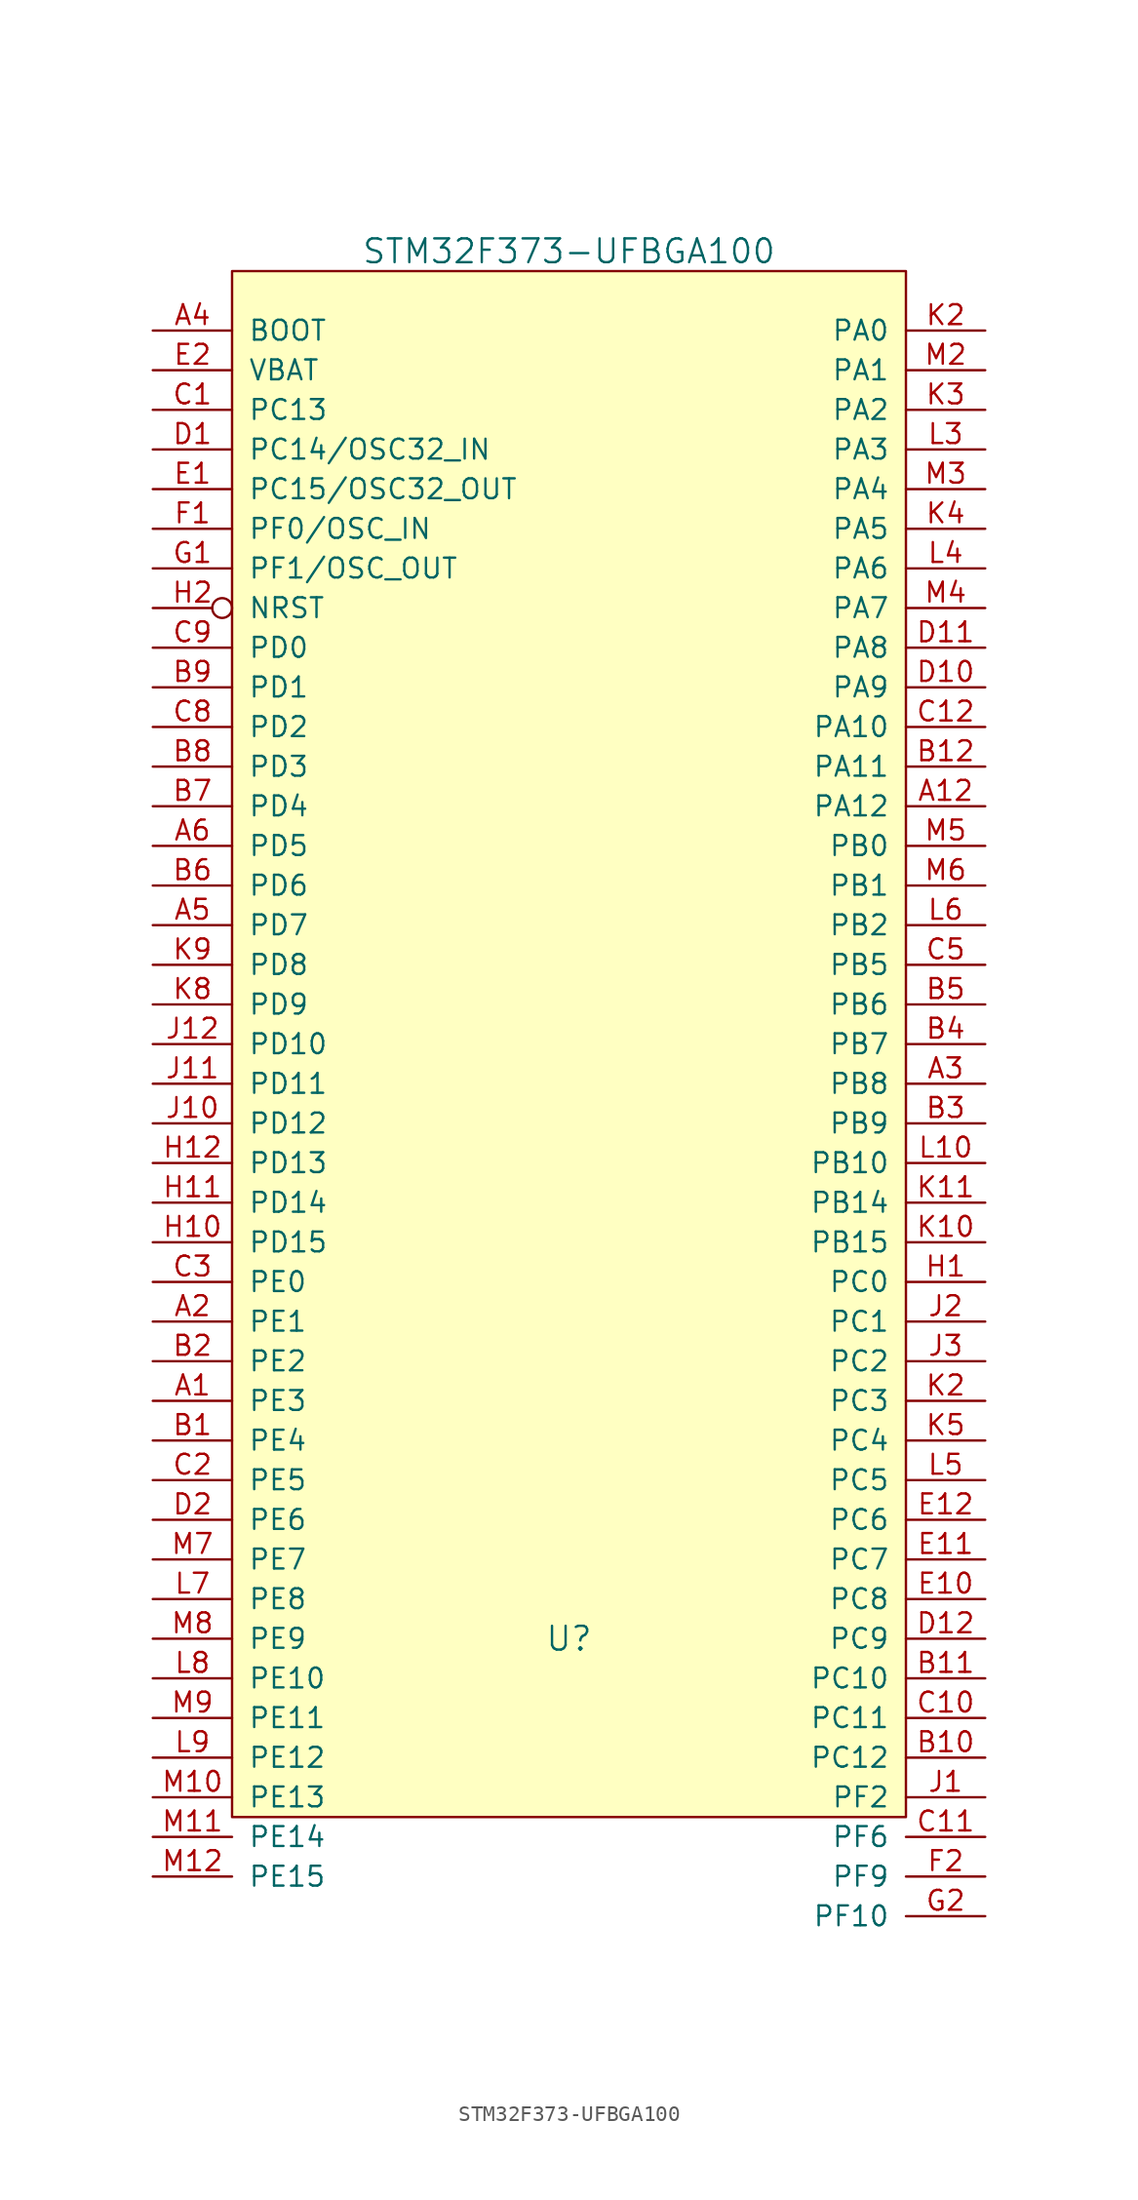
<source format=kicad_sym>
(kicad_symbol_lib
  (version 20231120)
  (generator "kicad_symbol_editor")
  (generator_version "8.0")
  (symbol "STM32F373-UFBGA100"
    (pin_names
      (offset 1.016))
    (property "Reference" "U"
      (at 0 -44.45 0)
      (effects (font (size 1.524 1.524))))
    (property "Value" "STM32F373-UFBGA100"
      (at 0 44.45 0)
      (effects (font (size 1.524 1.524))))
    (property "Footprint" ""
      (at 0 0 0)
      (effects (font (size 1.524 1.524))))
    (property "Datasheet" ""
      (at 0 0 0)
      (effects (font (size 1.524 1.524))))
    (symbol "STM32F373-UFBGA100_0_1"
      (rectangle (start -21.59 43.18) (end 21.59 -55.88) (stroke (width 0) (type default)) (fill (type background))))
    (symbol "STM32F373-UFBGA100_1_1"
      (pin input line (at -26.67 -29.21 0) (length 5.08) (name "PE3" (effects (font (size 1.27 1.27)))) (number "A1" (effects (font (size 1.27 1.27)))))
      (pin input line (at 26.67 8.89 180) (length 5.08) (name "PA12" (effects (font (size 1.27 1.27)))) (number "A12" (effects (font (size 1.27 1.27)))))
      (pin input line (at -26.67 -24.13 0) (length 5.08) (name "PE1" (effects (font (size 1.27 1.27)))) (number "A2" (effects (font (size 1.27 1.27)))))
      (pin input line (at 26.67 -8.89 180) (length 5.08) (name "PB8" (effects (font (size 1.27 1.27)))) (number "A3" (effects (font (size 1.27 1.27)))))
      (pin input line (at -26.67 39.37 0) (length 5.08) (name "BOOT" (effects (font (size 1.27 1.27)))) (number "A4" (effects (font (size 1.27 1.27)))))
      (pin input line (at -26.67 1.27 0) (length 5.08) (name "PD7" (effects (font (size 1.27 1.27)))) (number "A5" (effects (font (size 1.27 1.27)))))
      (pin input line (at -26.67 6.35 0) (length 5.08) (name "PD5" (effects (font (size 1.27 1.27)))) (number "A6" (effects (font (size 1.27 1.27)))))
      (pin input line (at -26.67 -31.75 0) (length 5.08) (name "PE4" (effects (font (size 1.27 1.27)))) (number "B1" (effects (font (size 1.27 1.27)))))
      (pin input line (at 26.67 -52.07 180) (length 5.08) (name "PC12" (effects (font (size 1.27 1.27)))) (number "B10" (effects (font (size 1.27 1.27)))))
      (pin input line (at 26.67 -46.99 180) (length 5.08) (name "PC10" (effects (font (size 1.27 1.27)))) (number "B11" (effects (font (size 1.27 1.27)))))
      (pin input line (at 26.67 11.43 180) (length 5.08) (name "PA11" (effects (font (size 1.27 1.27)))) (number "B12" (effects (font (size 1.27 1.27)))))
      (pin input line (at -26.67 -26.67 0) (length 5.08) (name "PE2" (effects (font (size 1.27 1.27)))) (number "B2" (effects (font (size 1.27 1.27)))))
      (pin input line (at 26.67 -11.43 180) (length 5.08) (name "PB9" (effects (font (size 1.27 1.27)))) (number "B3" (effects (font (size 1.27 1.27)))))
      (pin input line (at 26.67 -6.35 180) (length 5.08) (name "PB7" (effects (font (size 1.27 1.27)))) (number "B4" (effects (font (size 1.27 1.27)))))
      (pin input line (at 26.67 -3.81 180) (length 5.08) (name "PB6" (effects (font (size 1.27 1.27)))) (number "B5" (effects (font (size 1.27 1.27)))))
      (pin input line (at -26.67 3.81 0) (length 5.08) (name "PD6" (effects (font (size 1.27 1.27)))) (number "B6" (effects (font (size 1.27 1.27)))))
      (pin input line (at -26.67 8.89 0) (length 5.08) (name "PD4" (effects (font (size 1.27 1.27)))) (number "B7" (effects (font (size 1.27 1.27)))))
      (pin input line (at -26.67 11.43 0) (length 5.08) (name "PD3" (effects (font (size 1.27 1.27)))) (number "B8" (effects (font (size 1.27 1.27)))))
      (pin input line (at -26.67 16.51 0) (length 5.08) (name "PD1" (effects (font (size 1.27 1.27)))) (number "B9" (effects (font (size 1.27 1.27)))))
      (pin input line (at -26.67 34.29 0) (length 5.08) (name "PC13" (effects (font (size 1.27 1.27)))) (number "C1" (effects (font (size 1.27 1.27)))))
      (pin input line (at 26.67 -49.53 180) (length 5.08) (name "PC11" (effects (font (size 1.27 1.27)))) (number "C10" (effects (font (size 1.27 1.27)))))
      (pin input line (at 26.67 -57.15 180) (length 5.08) (name "PF6" (effects (font (size 1.27 1.27)))) (number "C11" (effects (font (size 1.27 1.27)))))
      (pin input line (at 26.67 13.97 180) (length 5.08) (name "PA10" (effects (font (size 1.27 1.27)))) (number "C12" (effects (font (size 1.27 1.27)))))
      (pin input line (at -26.67 -34.29 0) (length 5.08) (name "PE5" (effects (font (size 1.27 1.27)))) (number "C2" (effects (font (size 1.27 1.27)))))
      (pin input line (at -26.67 -21.59 0) (length 5.08) (name "PE0" (effects (font (size 1.27 1.27)))) (number "C3" (effects (font (size 1.27 1.27)))))
      (pin input line (at 26.67 -1.27 180) (length 5.08) (name "PB5" (effects (font (size 1.27 1.27)))) (number "C5" (effects (font (size 1.27 1.27)))))
      (pin input line (at -26.67 13.97 0) (length 5.08) (name "PD2" (effects (font (size 1.27 1.27)))) (number "C8" (effects (font (size 1.27 1.27)))))
      (pin input line (at -26.67 19.05 0) (length 5.08) (name "PD0" (effects (font (size 1.27 1.27)))) (number "C9" (effects (font (size 1.27 1.27)))))
      (pin input line (at -26.67 31.75 0) (length 5.08) (name "PC14/OSC32_IN" (effects (font (size 1.27 1.27)))) (number "D1" (effects (font (size 1.27 1.27)))))
      (pin input line (at 26.67 16.51 180) (length 5.08) (name "PA9" (effects (font (size 1.27 1.27)))) (number "D10" (effects (font (size 1.27 1.27)))))
      (pin input line (at 26.67 19.05 180) (length 5.08) (name "PA8" (effects (font (size 1.27 1.27)))) (number "D11" (effects (font (size 1.27 1.27)))))
      (pin input line (at 26.67 -44.45 180) (length 5.08) (name "PC9" (effects (font (size 1.27 1.27)))) (number "D12" (effects (font (size 1.27 1.27)))))
      (pin input line (at -26.67 -36.83 0) (length 5.08) (name "PE6" (effects (font (size 1.27 1.27)))) (number "D2" (effects (font (size 1.27 1.27)))))
      (pin input line (at -26.67 29.21 0) (length 5.08) (name "PC15/OSC32_OUT" (effects (font (size 1.27 1.27)))) (number "E1" (effects (font (size 1.27 1.27)))))
      (pin input line (at 26.67 -41.91 180) (length 5.08) (name "PC8" (effects (font (size 1.27 1.27)))) (number "E10" (effects (font (size 1.27 1.27)))))
      (pin input line (at 26.67 -39.37 180) (length 5.08) (name "PC7" (effects (font (size 1.27 1.27)))) (number "E11" (effects (font (size 1.27 1.27)))))
      (pin input line (at 26.67 -36.83 180) (length 5.08) (name "PC6" (effects (font (size 1.27 1.27)))) (number "E12" (effects (font (size 1.27 1.27)))))
      (pin input line (at -26.67 36.83 0) (length 5.08) (name "VBAT" (effects (font (size 1.27 1.27)))) (number "E2" (effects (font (size 1.27 1.27)))))
      (pin input line (at -26.67 26.67 0) (length 5.08) (name "PF0/OSC_IN" (effects (font (size 1.27 1.27)))) (number "F1" (effects (font (size 1.27 1.27)))))
      (pin input line (at 26.67 -59.69 180) (length 5.08) (name "PF9" (effects (font (size 1.27 1.27)))) (number "F2" (effects (font (size 1.27 1.27)))))
      (pin input line (at -26.67 24.13 0) (length 5.08) (name "PF1/OSC_OUT" (effects (font (size 1.27 1.27)))) (number "G1" (effects (font (size 1.27 1.27)))))
      (pin input line (at 26.67 -62.23 180) (length 5.08) (name "PF10" (effects (font (size 1.27 1.27)))) (number "G2" (effects (font (size 1.27 1.27)))))
      (pin input line (at 26.67 -21.59 180) (length 5.08) (name "PC0" (effects (font (size 1.27 1.27)))) (number "H1" (effects (font (size 1.27 1.27)))))
      (pin input line (at -26.67 -19.05 0) (length 5.08) (name "PD15" (effects (font (size 1.27 1.27)))) (number "H10" (effects (font (size 1.27 1.27)))))
      (pin input line (at -26.67 -16.51 0) (length 5.08) (name "PD14" (effects (font (size 1.27 1.27)))) (number "H11" (effects (font (size 1.27 1.27)))))
      (pin input line (at -26.67 -13.97 0) (length 5.08) (name "PD13" (effects (font (size 1.27 1.27)))) (number "H12" (effects (font (size 1.27 1.27)))))
      (pin input inverted (at -26.67 21.59 0) (length 5.08) (name "NRST" (effects (font (size 1.27 1.27)))) (number "H2" (effects (font (size 1.27 1.27)))))
      (pin input line (at 26.67 -54.61 180) (length 5.08) (name "PF2" (effects (font (size 1.27 1.27)))) (number "J1" (effects (font (size 1.27 1.27)))))
      (pin input line (at -26.67 -11.43 0) (length 5.08) (name "PD12" (effects (font (size 1.27 1.27)))) (number "J10" (effects (font (size 1.27 1.27)))))
      (pin input line (at -26.67 -8.89 0) (length 5.08) (name "PD11" (effects (font (size 1.27 1.27)))) (number "J11" (effects (font (size 1.27 1.27)))))
      (pin input line (at -26.67 -6.35 0) (length 5.08) (name "PD10" (effects (font (size 1.27 1.27)))) (number "J12" (effects (font (size 1.27 1.27)))))
      (pin input line (at 26.67 -24.13 180) (length 5.08) (name "PC1" (effects (font (size 1.27 1.27)))) (number "J2" (effects (font (size 1.27 1.27)))))
      (pin input line (at 26.67 -26.67 180) (length 5.08) (name "PC2" (effects (font (size 1.27 1.27)))) (number "J3" (effects (font (size 1.27 1.27)))))
      (pin input line (at 26.67 -19.05 180) (length 5.08) (name "PB15" (effects (font (size 1.27 1.27)))) (number "K10" (effects (font (size 1.27 1.27)))))
      (pin input line (at 26.67 -16.51 180) (length 5.08) (name "PB14" (effects (font (size 1.27 1.27)))) (number "K11" (effects (font (size 1.27 1.27)))))
      (pin input line (at 26.67 39.37 180) (length 5.08) (name "PA0" (effects (font (size 1.27 1.27)))) (number "K2" (effects (font (size 1.27 1.27)))))
      (pin input line (at 26.67 -29.21 180) (length 5.08) (name "PC3" (effects (font (size 1.27 1.27)))) (number "K2" (effects (font (size 1.27 1.27)))))
      (pin input line (at 26.67 34.29 180) (length 5.08) (name "PA2" (effects (font (size 1.27 1.27)))) (number "K3" (effects (font (size 1.27 1.27)))))
      (pin input line (at 26.67 26.67 180) (length 5.08) (name "PA5" (effects (font (size 1.27 1.27)))) (number "K4" (effects (font (size 1.27 1.27)))))
      (pin input line (at 26.67 -31.75 180) (length 5.08) (name "PC4" (effects (font (size 1.27 1.27)))) (number "K5" (effects (font (size 1.27 1.27)))))
      (pin input line (at -26.67 -3.81 0) (length 5.08) (name "PD9" (effects (font (size 1.27 1.27)))) (number "K8" (effects (font (size 1.27 1.27)))))
      (pin input line (at -26.67 -1.27 0) (length 5.08) (name "PD8" (effects (font (size 1.27 1.27)))) (number "K9" (effects (font (size 1.27 1.27)))))
      (pin input line (at 26.67 -13.97 180) (length 5.08) (name "PB10" (effects (font (size 1.27 1.27)))) (number "L10" (effects (font (size 1.27 1.27)))))
      (pin input line (at 26.67 31.75 180) (length 5.08) (name "PA3" (effects (font (size 1.27 1.27)))) (number "L3" (effects (font (size 1.27 1.27)))))
      (pin input line (at 26.67 24.13 180) (length 5.08) (name "PA6" (effects (font (size 1.27 1.27)))) (number "L4" (effects (font (size 1.27 1.27)))))
      (pin input line (at 26.67 -34.29 180) (length 5.08) (name "PC5" (effects (font (size 1.27 1.27)))) (number "L5" (effects (font (size 1.27 1.27)))))
      (pin input line (at 26.67 1.27 180) (length 5.08) (name "PB2" (effects (font (size 1.27 1.27)))) (number "L6" (effects (font (size 1.27 1.27)))))
      (pin input line (at -26.67 -41.91 0) (length 5.08) (name "PE8" (effects (font (size 1.27 1.27)))) (number "L7" (effects (font (size 1.27 1.27)))))
      (pin input line (at -26.67 -46.99 0) (length 5.08) (name "PE10" (effects (font (size 1.27 1.27)))) (number "L8" (effects (font (size 1.27 1.27)))))
      (pin input line (at -26.67 -52.07 0) (length 5.08) (name "PE12" (effects (font (size 1.27 1.27)))) (number "L9" (effects (font (size 1.27 1.27)))))
      (pin input line (at -26.67 -54.61 0) (length 5.08) (name "PE13" (effects (font (size 1.27 1.27)))) (number "M10" (effects (font (size 1.27 1.27)))))
      (pin input line (at -26.67 -57.15 0) (length 5.08) (name "PE14" (effects (font (size 1.27 1.27)))) (number "M11" (effects (font (size 1.27 1.27)))))
      (pin input line (at -26.67 -59.69 0) (length 5.08) (name "PE15" (effects (font (size 1.27 1.27)))) (number "M12" (effects (font (size 1.27 1.27)))))
      (pin input line (at 26.67 36.83 180) (length 5.08) (name "PA1" (effects (font (size 1.27 1.27)))) (number "M2" (effects (font (size 1.27 1.27)))))
      (pin input line (at 26.67 29.21 180) (length 5.08) (name "PA4" (effects (font (size 1.27 1.27)))) (number "M3" (effects (font (size 1.27 1.27)))))
      (pin input line (at 26.67 21.59 180) (length 5.08) (name "PA7" (effects (font (size 1.27 1.27)))) (number "M4" (effects (font (size 1.27 1.27)))))
      (pin input line (at 26.67 6.35 180) (length 5.08) (name "PB0" (effects (font (size 1.27 1.27)))) (number "M5" (effects (font (size 1.27 1.27)))))
      (pin input line (at 26.67 3.81 180) (length 5.08) (name "PB1" (effects (font (size 1.27 1.27)))) (number "M6" (effects (font (size 1.27 1.27)))))
      (pin input line (at -26.67 -39.37 0) (length 5.08) (name "PE7" (effects (font (size 1.27 1.27)))) (number "M7" (effects (font (size 1.27 1.27)))))
      (pin input line (at -26.67 -44.45 0) (length 5.08) (name "PE9" (effects (font (size 1.27 1.27)))) (number "M8" (effects (font (size 1.27 1.27)))))
      (pin input line (at -26.67 -49.53 0) (length 5.08) (name "PE11" (effects (font (size 1.27 1.27)))) (number "M9" (effects (font (size 1.27 1.27))))))))
</source>
